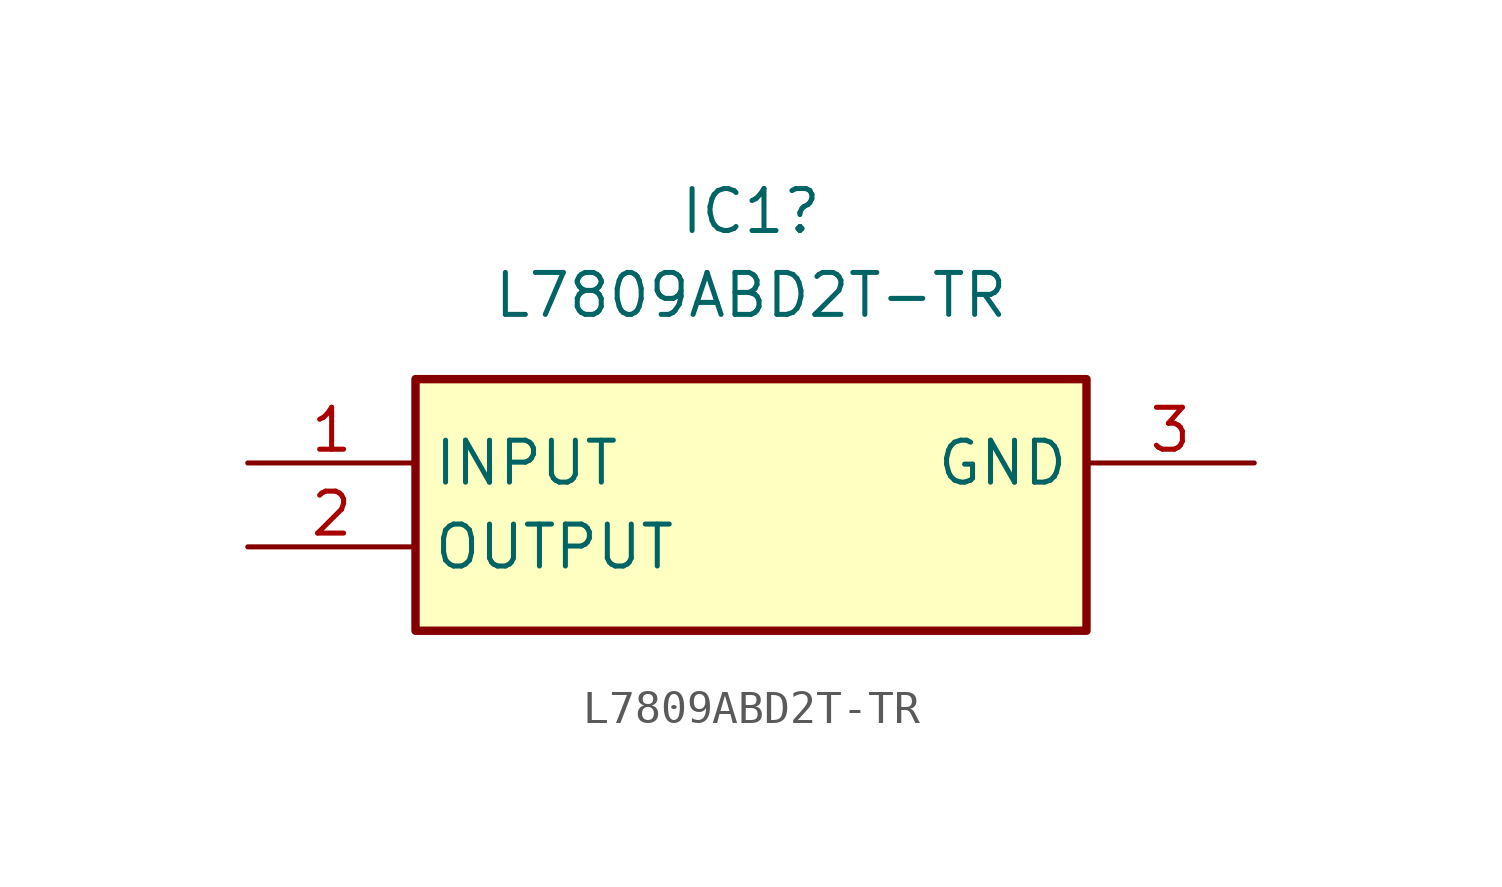
<source format=kicad_sym>
(kicad_symbol_lib
  (version 20241209)
  (generator "kicad_symbol_editor")
  (generator_version "9.0")
  (symbol "L7809ABD2T-TR"
    (property "Reference" "IC1"
      (at 15.24 7.62 0)
      (effects (font (size 1.27 1.27))))
    (property "Value" "L7809ABD2T-TR"
      (at 15.24 5.08 0)
      (effects (font (size 1.27 1.27))))
    (symbol "L7809ABD2T-TR_1_1"
      (rectangle (start 5.08 2.54) (end 25.4 -5.08) (stroke (width 0.254) (type default)) (fill (type background)))
      (pin passive line (at 0 0 0) (length 5.08) (name "INPUT" (effects (font (size 1.27 1.27)))) (number "1" (effects (font (size 1.27 1.27)))))
      (pin power_out line (at 0 -2.54 0) (length 5.08) (name "OUTPUT" (effects (font (size 1.27 1.27)))) (number "2" (effects (font (size 1.27 1.27)))))
      (pin passive line (at 30.48 0 180) (length 5.08) (name "GND" (effects (font (size 1.27 1.27)))) (number "3" (effects (font (size 1.27 1.27))))))))
</source>
